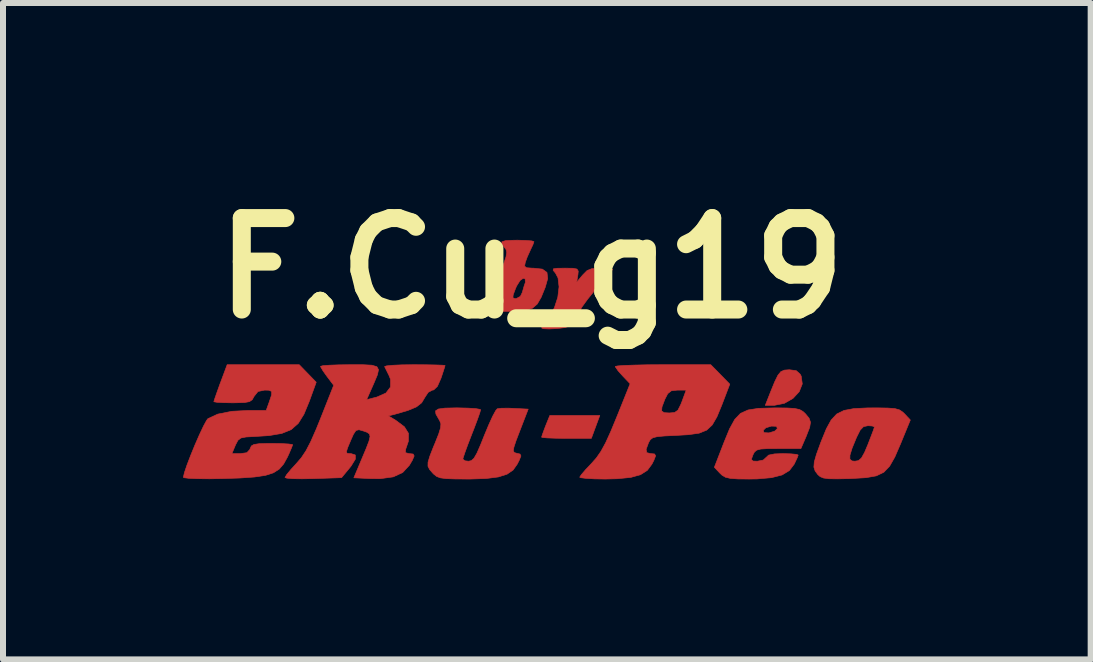
<source format=kicad_pcb>
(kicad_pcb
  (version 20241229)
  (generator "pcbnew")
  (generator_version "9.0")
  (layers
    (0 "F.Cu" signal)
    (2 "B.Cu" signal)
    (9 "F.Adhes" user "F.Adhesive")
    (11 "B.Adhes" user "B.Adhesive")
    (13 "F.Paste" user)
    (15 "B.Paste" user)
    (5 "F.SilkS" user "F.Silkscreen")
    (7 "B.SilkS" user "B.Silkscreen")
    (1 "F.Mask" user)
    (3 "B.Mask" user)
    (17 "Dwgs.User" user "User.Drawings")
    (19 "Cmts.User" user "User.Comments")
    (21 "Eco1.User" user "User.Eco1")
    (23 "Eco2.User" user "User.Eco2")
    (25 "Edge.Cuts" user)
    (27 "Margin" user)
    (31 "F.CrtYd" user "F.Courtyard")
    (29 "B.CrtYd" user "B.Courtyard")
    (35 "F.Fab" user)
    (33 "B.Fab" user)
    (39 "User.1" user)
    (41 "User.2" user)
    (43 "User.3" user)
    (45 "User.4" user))
  (footprint "F.Cu_g19"
    (layer "F.Cu")
    (at 5.805 1.418)
    (property "Reference" "F.Cu_g19" (at 0 0 0) (layer "F.SilkS") (effects (font (size 1.524 1.524) (thickness 0.3))))
    (attr through_hole)
    (fp_poly (pts (xy 0.998 2.836) (xy 0.584 2.836) (xy 0.408 2.834) (xy 0.269 2.829) (xy 0.186 2.822) (xy 0.169 2.816) (xy 0.184 2.768) (xy 0.22 2.67) (xy 0.237 2.626) (xy 0.306 2.455) (xy 1.139 2.455) (xy 0.998 2.836)) (stroke (width 0.01) (type solid)) (fill yes) (layer "F.Cu"))
    (fp_poly (pts (xy 4.412 1.708) (xy 4.477 1.766) (xy 4.495 1.799) (xy 4.513 1.929) (xy 4.462 2.058) (xy 4.357 2.171) (xy 4.214 2.252) (xy 4.046 2.286) (xy 4.033 2.286) (xy 3.896 2.286) (xy 3.982 2.068) (xy 4.053 1.894) (xy 4.107 1.784) (xy 4.156 1.724) (xy 4.215 1.699) (xy 4.294 1.693) (xy 4.299 1.693) (xy 4.412 1.708)) (stroke (width 0.01) (type solid)) (fill yes) (layer "F.Cu"))
    (fp_poly (pts (xy 0.692 0.002) (xy 0.759 0.015) (xy 0.78 0.049) (xy 0.774 0.114) (xy 0.773 0.116) (xy 0.754 0.233) (xy 0.854 0.114) (xy 0.927 0.04) (xy 1.006 0.008) (xy 1.126 0.006) (xy 1.154 0.008) (xy 1.354 0.021) (xy 1.058 0.367) (xy 0.936 0.517) (xy 0.844 0.644) (xy 0.791 0.735) (xy 0.784 0.77) (xy 0.784 0.866) (xy 0.707 0.941) (xy 0.559 0.99) (xy 0.429 1.007) (xy 0.294 1.013) (xy 0.2 1.009) (xy 0.169 0.997) (xy 0.193 0.95) (xy 0.255 0.862) (xy 0.293 0.812) (xy 0.382 0.661) (xy 0.439 0.486) (xy 0.46 0.311) (xy 0.443 0.163) (xy 0.401 0.083) (xy 0.362 0.036) (xy 0.366 0.011) (xy 0.427 0.002) (xy 0.558 0) (xy 0.559 0) (xy 0.692 0.002)) (stroke (width 0.01) (type solid)) (fill yes) (layer "F.Cu"))
    (fp_poly (pts (xy -0.093 -0.462) (xy 0.006 -0.454) (xy 0.042 -0.442) (xy 0.025 -0.392) (xy -0.016 -0.305) (xy -0.07 -0.186) (xy -0.103 -0.095) (xy -0.114 -0.034) (xy -0.083 -0.007) (xy 0.009 -0.000088) (xy 0.034 0) (xy 0.182 0.016) (xy 0.259 0.072) (xy 0.271 0.174) (xy 0.23 0.319) (xy 0.162 0.486) (xy 0.097 0.598) (xy 0.017 0.667) (xy -0.097 0.704) (xy -0.262 0.718) (xy -0.455 0.72) (xy -0.905 0.72) (xy -0.795 0.603) (xy -0.73 0.512) (xy -0.72 0.493) (xy -0.309 0.493) (xy -0.278 0.507) (xy -0.255 0.508) (xy -0.184 0.47) (xy -0.153 0.406) (xy -0.122 0.297) (xy -0.101 0.237) (xy -0.105 0.179) (xy -0.137 0.169) (xy -0.189 0.205) (xy -0.246 0.296) (xy -0.265 0.339) (xy -0.304 0.444) (xy -0.309 0.493) (xy -0.72 0.493) (xy -0.65 0.366) (xy -0.568 0.191) (xy -0.533 0.109) (xy -0.464 -0.069) (xy -0.424 -0.187) (xy -0.412 -0.261) (xy -0.423 -0.31) (xy -0.445 -0.339) (xy -0.493 -0.402) (xy -0.492 -0.44) (xy -0.43 -0.459) (xy -0.298 -0.465) (xy -0.233 -0.466) (xy -0.093 -0.462)) (stroke (width 0.01) (type solid)) (fill yes) (layer "F.Cu"))
    (fp_poly (pts (xy 5.937 2.331) (xy 6.056 2.34) (xy 6.133 2.362) (xy 6.189 2.4) (xy 6.219 2.429) (xy 6.313 2.53) (xy 6.152 2.923) (xy 6.056 3.145) (xy 5.968 3.3) (xy 5.871 3.401) (xy 5.746 3.461) (xy 5.576 3.491) (xy 5.342 3.505) (xy 5.298 3.507) (xy 5.093 3.511) (xy 4.956 3.509) (xy 4.867 3.497) (xy 4.811 3.474) (xy 4.772 3.44) (xy 4.727 3.38) (xy 4.706 3.315) (xy 4.713 3.228) (xy 4.726 3.183) (xy 5.306 3.183) (xy 5.341 3.212) (xy 5.388 3.217) (xy 5.449 3.207) (xy 5.499 3.163) (xy 5.551 3.07) (xy 5.605 2.942) (xy 5.659 2.802) (xy 5.699 2.697) (xy 5.715 2.646) (xy 5.715 2.645) (xy 5.679 2.63) (xy 5.608 2.625) (xy 5.534 2.64) (xy 5.477 2.699) (xy 5.417 2.819) (xy 5.343 2.999) (xy 5.307 3.116) (xy 5.306 3.183) (xy 4.726 3.183) (xy 4.749 3.102) (xy 4.816 2.918) (xy 4.831 2.879) (xy 4.914 2.676) (xy 4.994 2.53) (xy 5.086 2.431) (xy 5.207 2.371) (xy 5.372 2.34) (xy 5.596 2.329) (xy 5.755 2.328) (xy 5.937 2.331)) (stroke (width 0.01) (type solid)) (fill yes) (layer "F.Cu"))
    (fp_poly (pts (xy 4.259 2.33) (xy 4.386 2.338) (xy 4.468 2.356) (xy 4.524 2.388) (xy 4.565 2.426) (xy 4.626 2.5) (xy 4.65 2.567) (xy 4.636 2.653) (xy 4.585 2.784) (xy 4.574 2.812) (xy 4.49 3.006) (xy 4.115 3.006) (xy 3.935 3.007) (xy 3.821 3.014) (xy 3.754 3.032) (xy 3.716 3.064) (xy 3.691 3.111) (xy 3.664 3.187) (xy 3.692 3.214) (xy 3.764 3.217) (xy 3.863 3.197) (xy 3.91 3.154) (xy 3.952 3.115) (xy 4.05 3.095) (xy 4.19 3.09) (xy 4.324 3.094) (xy 4.417 3.103) (xy 4.445 3.114) (xy 4.427 3.163) (xy 4.384 3.254) (xy 4.379 3.265) (xy 4.298 3.372) (xy 4.176 3.446) (xy 4 3.491) (xy 3.76 3.512) (xy 3.628 3.514) (xy 3.439 3.512) (xy 3.314 3.503) (xy 3.233 3.484) (xy 3.177 3.451) (xy 3.14 3.416) (xy 3.048 3.318) (xy 3.211 2.897) (xy 3.291 2.702) (xy 3.862 2.702) (xy 3.875 2.741) (xy 3.957 2.745) (xy 3.961 2.744) (xy 4.053 2.716) (xy 4.097 2.674) (xy 4.084 2.635) (xy 4.001 2.632) (xy 3.998 2.632) (xy 3.906 2.66) (xy 3.862 2.702) (xy 3.291 2.702) (xy 3.302 2.676) (xy 3.387 2.521) (xy 3.483 2.42) (xy 3.609 2.363) (xy 3.782 2.336) (xy 4.019 2.329) (xy 4.067 2.328) (xy 4.259 2.33)) (stroke (width 0.01) (type solid)) (fill yes) (layer "F.Cu"))
    (fp_poly (pts (xy -1.06 2.332) (xy -0.93 2.34) (xy -0.856 2.353) (xy -0.847 2.36) (xy -0.861 2.411) (xy -0.9 2.522) (xy -0.957 2.673) (xy -0.995 2.77) (xy -1.059 2.936) (xy -1.109 3.073) (xy -1.138 3.161) (xy -1.143 3.182) (xy -1.107 3.21) (xy -1.048 3.217) (xy -1.001 3.207) (xy -0.957 3.167) (xy -0.909 3.084) (xy -0.848 2.945) (xy -0.786 2.79) (xy -0.713 2.614) (xy -0.647 2.469) (xy -0.595 2.373) (xy -0.569 2.343) (xy -0.502 2.334) (xy -0.381 2.333) (xy -0.287 2.337) (xy -0.054 2.349) (xy -0.193 2.709) (xy -0.258 2.879) (xy -0.293 2.986) (xy -0.302 3.045) (xy -0.286 3.072) (xy -0.251 3.083) (xy -0.191 3.097) (xy -0.175 3.129) (xy -0.203 3.2) (xy -0.236 3.265) (xy -0.305 3.363) (xy -0.406 3.433) (xy -0.551 3.479) (xy -0.752 3.505) (xy -1.022 3.514) (xy -1.071 3.514) (xy -1.281 3.512) (xy -1.424 3.507) (xy -1.518 3.494) (xy -1.579 3.471) (xy -1.626 3.434) (xy -1.644 3.416) (xy -1.697 3.355) (xy -1.724 3.301) (xy -1.723 3.233) (xy -1.693 3.133) (xy -1.633 2.979) (xy -1.608 2.92) (xy -1.545 2.762) (xy -1.514 2.66) (xy -1.509 2.593) (xy -1.53 2.538) (xy -1.545 2.514) (xy -1.592 2.431) (xy -1.598 2.378) (xy -1.551 2.347) (xy -1.442 2.332) (xy -1.261 2.328) (xy -1.228 2.328) (xy -1.06 2.332)) (stroke (width 0.01) (type solid)) (fill yes) (layer "F.Cu"))
    (fp_poly (pts (xy 3.147 1.771) (xy 3.305 1.933) (xy 3.172 2.281) (xy 3.091 2.477) (xy 3.013 2.612) (xy 2.92 2.699) (xy 2.793 2.75) (xy 2.615 2.775) (xy 2.411 2.787) (xy 2.22 2.796) (xy 2.097 2.807) (xy 2.023 2.826) (xy 1.981 2.857) (xy 1.954 2.903) (xy 1.952 2.907) (xy 1.911 3.018) (xy 1.921 3.074) (xy 1.985 3.09) (xy 1.99 3.09) (xy 2.052 3.096) (xy 2.069 3.127) (xy 2.04 3.202) (xy 2.008 3.265) (xy 1.931 3.369) (xy 1.818 3.441) (xy 1.654 3.487) (xy 1.429 3.509) (xy 1.229 3.514) (xy 1.051 3.511) (xy 0.91 3.503) (xy 0.823 3.492) (xy 0.804 3.483) (xy 0.832 3.44) (xy 0.904 3.356) (xy 0.995 3.26) (xy 1.082 3.162) (xy 1.159 3.051) (xy 1.236 2.91) (xy 1.322 2.721) (xy 1.415 2.496) (xy 1.462 2.38) (xy 2.169 2.38) (xy 2.211 2.408) (xy 2.298 2.413) (xy 2.386 2.405) (xy 2.441 2.366) (xy 2.487 2.275) (xy 2.508 2.223) (xy 2.578 2.032) (xy 2.433 2.032) (xy 2.332 2.043) (xy 2.271 2.091) (xy 2.223 2.185) (xy 2.175 2.312) (xy 2.169 2.38) (xy 1.462 2.38) (xy 1.644 1.926) (xy 1.521 1.797) (xy 1.444 1.711) (xy 1.401 1.649) (xy 1.397 1.638) (xy 1.437 1.629) (xy 1.549 1.621) (xy 1.719 1.615) (xy 1.935 1.61) (xy 2.183 1.609) (xy 2.193 1.609) (xy 2.988 1.609) (xy 3.147 1.771)) (stroke (width 0.01) (type solid)) (fill yes) (layer "F.Cu"))
    (fp_poly (pts (xy -3.586 1.901) (xy -3.702 2.22) (xy -3.79 2.433) (xy -3.885 2.586) (xy -4.003 2.69) (xy -4.16 2.754) (xy -4.372 2.79) (xy -4.608 2.805) (xy -4.755 2.813) (xy -4.841 2.83) (xy -4.89 2.868) (xy -4.926 2.936) (xy -4.934 2.953) (xy -4.991 3.09) (xy -4.85 3.09) (xy -4.742 3.075) (xy -4.692 3.021) (xy -4.687 3.006) (xy -4.667 2.963) (xy -4.624 2.938) (xy -4.539 2.925) (xy -4.394 2.921) (xy -4.322 2.921) (xy -4.164 2.923) (xy -4.044 2.93) (xy -3.983 2.939) (xy -3.979 2.943) (xy -3.996 2.99) (xy -4.038 3.088) (xy -4.067 3.151) (xy -4.129 3.263) (xy -4.202 3.348) (xy -4.299 3.41) (xy -4.432 3.453) (xy -4.615 3.48) (xy -4.859 3.497) (xy -5.133 3.506) (xy -5.366 3.51) (xy -5.562 3.508) (xy -5.707 3.502) (xy -5.787 3.492) (xy -5.8 3.485) (xy -5.783 3.41) (xy -5.74 3.282) (xy -5.678 3.12) (xy -5.606 2.944) (xy -5.532 2.775) (xy -5.465 2.633) (xy -5.413 2.537) (xy -5.391 2.508) (xy -5.227 2.432) (xy -4.991 2.385) (xy -4.718 2.371) (xy -4.42 2.371) (xy -4.369 2.23) (xy -4.33 2.113) (xy -4.329 2.054) (xy -4.374 2.034) (xy -4.446 2.032) (xy -4.556 2.055) (xy -4.621 2.136) (xy -4.622 2.138) (xy -4.653 2.193) (xy -4.699 2.224) (xy -4.779 2.239) (xy -4.916 2.243) (xy -4.981 2.244) (xy -5.131 2.241) (xy -5.241 2.235) (xy -5.291 2.226) (xy -5.292 2.225) (xy -5.278 2.179) (xy -5.242 2.075) (xy -5.191 1.933) (xy -5.181 1.907) (xy -5.07 1.609) (xy -3.869 1.609) (xy -3.586 1.901)) (stroke (width 0.01) (type solid)) (fill yes) (layer "F.Cu"))
    (fp_poly (pts (xy -1.754 1.61) (xy -1.592 1.613) (xy -1.482 1.617) (xy -1.439 1.622) (xy -1.439 1.622) (xy -1.452 1.667) (xy -1.484 1.765) (xy -1.507 1.834) (xy -1.567 1.97) (xy -1.629 2.029) (xy -1.65 2.032) (xy -1.72 2.069) (xy -1.776 2.154) (xy -1.829 2.243) (xy -1.915 2.311) (xy -2.053 2.369) (xy -2.203 2.414) (xy -2.382 2.462) (xy -2.26 2.536) (xy -2.117 2.643) (xy -2.049 2.752) (xy -2.05 2.883) (xy -2.095 3.016) (xy -2.101 3.074) (xy -2.039 3.09) (xy -2.037 3.09) (xy -1.971 3.097) (xy -1.954 3.129) (xy -1.985 3.202) (xy -2.035 3.286) (xy -2.145 3.405) (xy -2.303 3.478) (xy -2.521 3.508) (xy -2.696 3.506) (xy -2.959 3.493) (xy -2.834 3.196) (xy -2.755 3.008) (xy -2.707 2.883) (xy -2.689 2.806) (xy -2.699 2.763) (xy -2.737 2.736) (xy -2.795 2.715) (xy -2.874 2.692) (xy -2.924 2.705) (xy -2.966 2.768) (xy -3.008 2.862) (xy -3.062 2.99) (xy -3.083 3.058) (xy -3.072 3.085) (xy -3.027 3.09) (xy -3.006 3.09) (xy -2.935 3.113) (xy -2.934 3.182) (xy -3.004 3.296) (xy -3.043 3.345) (xy -3.164 3.491) (xy -3.635 3.507) (xy -3.823 3.51) (xy -3.976 3.508) (xy -4.076 3.499) (xy -4.106 3.488) (xy -4.079 3.441) (xy -4.008 3.355) (xy -3.922 3.261) (xy -3.834 3.159) (xy -3.755 3.04) (xy -3.675 2.885) (xy -3.584 2.678) (xy -3.516 2.51) (xy -3.295 1.952) (xy -3.404 1.808) (xy -3.472 1.713) (xy -3.51 1.648) (xy -3.514 1.636) (xy -3.474 1.625) (xy -3.367 1.617) (xy -3.208 1.611) (xy -3.027 1.609) (xy -2.805 1.609) (xy -2.658 1.617) (xy -2.575 1.642) (xy -2.548 1.692) (xy -2.566 1.776) (xy -2.619 1.903) (xy -2.643 1.958) (xy -2.746 2.191) (xy -2.576 2.148) (xy -2.425 2.081) (xy -2.348 1.98) (xy -2.348 1.851) (xy -2.373 1.789) (xy -2.419 1.696) (xy -2.447 1.64) (xy -2.413 1.628) (xy -2.311 1.618) (xy -2.155 1.611) (xy -1.962 1.609) (xy -1.951 1.609) (xy -1.754 1.61)) (stroke (width 0.01) (type solid)) (fill yes) (layer "F.Cu")))
  (gr_rect
    (start -3 -3)
    (end 15.123 7.937)
    (stroke (width 0.1) (type default))
    (fill no)
    (layer "Edge.Cuts")))
</source>
